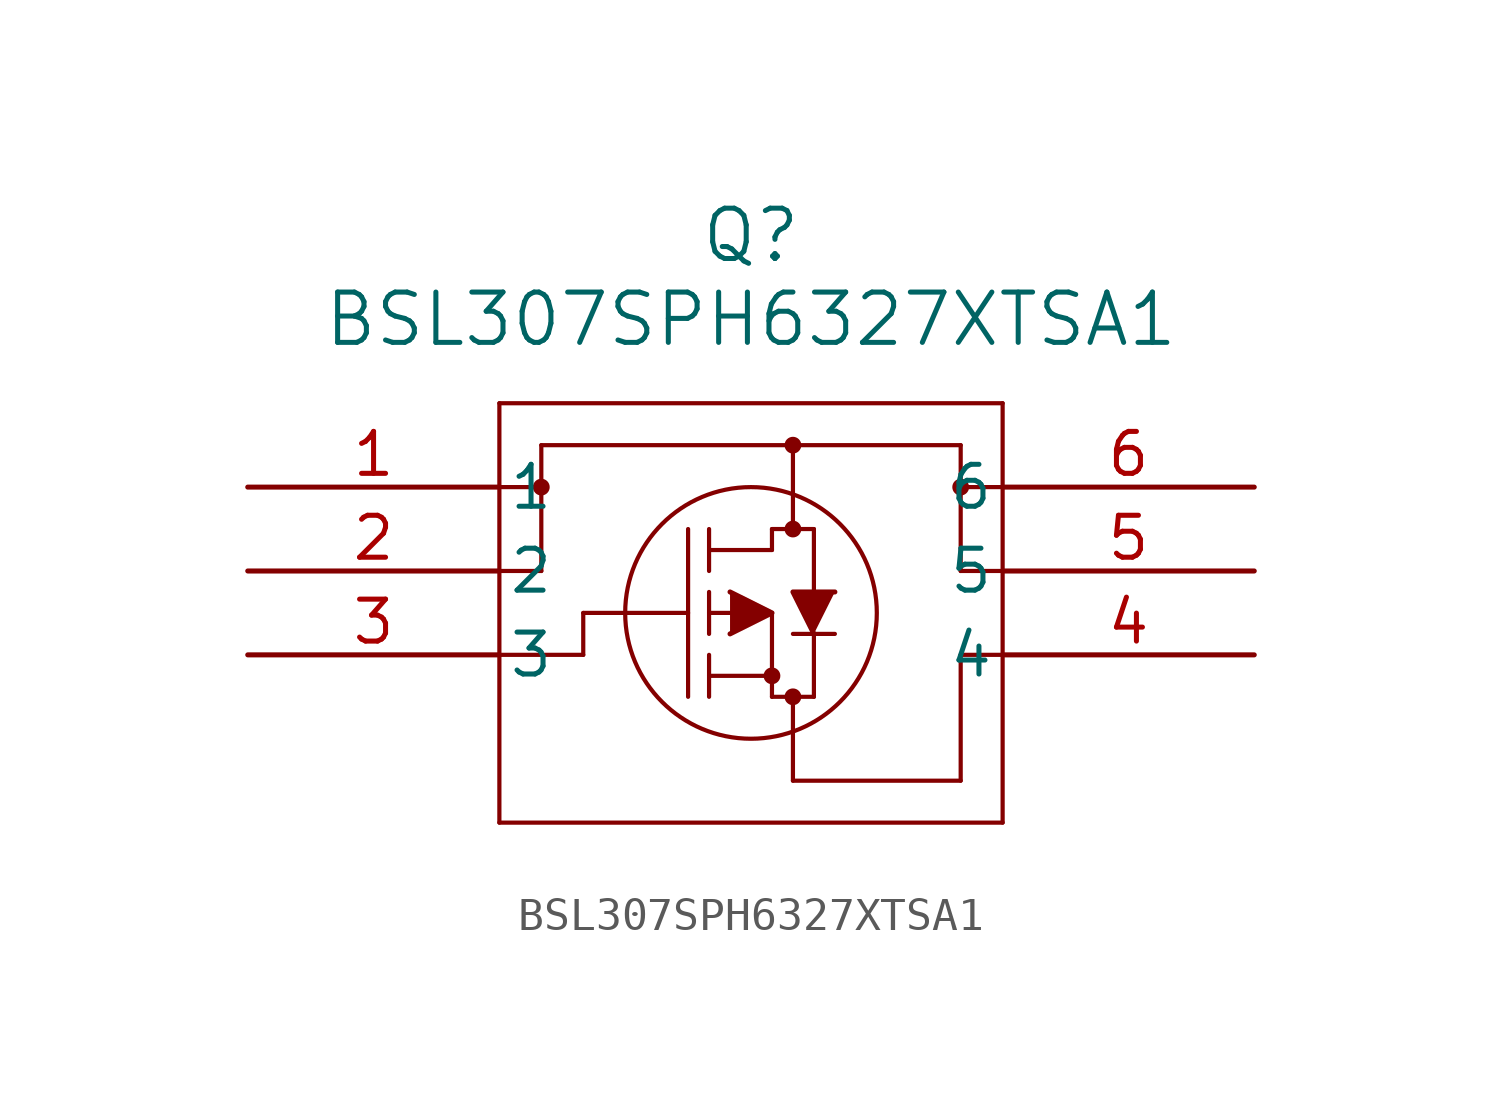
<source format=kicad_sym>
(kicad_symbol_lib
  (version 20211014)
  (generator kicad_symbol_editor)
  (symbol "BSL307SPH6327XTSA1"
    (pin_names
      (offset 0.254))
    (property "Reference" "Q"
      (at 15.24 7.62 0)
      (effects (font (size 1.524 1.524))))
    (property "Value" "BSL307SPH6327XTSA1"
      (at 15.24 5.08 0)
      (effects (font (size 1.524 1.524))))
    (symbol "BSL307SPH6327XTSA1_0_1"
      (polyline (pts (xy 22.86 -2.54) (xy 21.59 -2.54)) (stroke (width 0.127) (type default) (color 0 0 0 0)) (fill (type none)))
      (polyline (pts (xy 21.59 -2.54) (xy 21.59 1.27)) (stroke (width 0.127) (type default) (color 0 0 0 0)) (fill (type none)))
      (polyline (pts (xy 7.62 2.54) (xy 7.62 -10.16)) (stroke (width 0.127) (type default) (color 0 0 0 0)) (fill (type none)))
      (polyline (pts (xy 7.62 -10.16) (xy 22.86 -10.16)) (stroke (width 0.127) (type default) (color 0 0 0 0)) (fill (type none)))
      (polyline (pts (xy 22.86 -10.16) (xy 22.86 2.54)) (stroke (width 0.127) (type default) (color 0 0 0 0)) (fill (type none)))
      (polyline (pts (xy 22.86 2.54) (xy 7.62 2.54)) (stroke (width 0.127) (type default) (color 0 0 0 0)) (fill (type none)))
      (circle (center 16.51 -1.27) (radius 0.127) (stroke (width 0.254) (type default) (color 0 0 0 0)) (fill (type none)))
      (circle (center 16.51 -6.35) (radius 0.127) (stroke (width 0.254) (type default) (color 0 0 0 0)) (fill (type none)))
      (circle (center 15.875 -5.715) (radius 0.127) (stroke (width 0.254) (type default) (color 0 0 0 0)) (fill (type none)))
      (circle (center 15.24 -3.81) (radius 3.81) (stroke (width 0.127) (type default) (color 0 0 0 0)) (fill (type none)))
      (polyline (pts (xy 10.16 -3.81) (xy 13.335 -3.81)) (stroke (width 0.127) (type default) (color 0 0 0 0)) (fill (type none)))
      (polyline (pts (xy 13.335 -6.35) (xy 13.335 -1.27)) (stroke (width 0.127) (type default) (color 0 0 0 0)) (fill (type none)))
      (polyline (pts (xy 13.97 -4.445) (xy 13.97 -3.175)) (stroke (width 0.127) (type default) (color 0 0 0 0)) (fill (type none)))
      (polyline (pts (xy 13.97 -6.35) (xy 13.97 -5.08)) (stroke (width 0.127) (type default) (color 0 0 0 0)) (fill (type none)))
      (polyline (pts (xy 13.97 -2.54) (xy 13.97 -1.27)) (stroke (width 0.127) (type default) (color 0 0 0 0)) (fill (type none)))
      (polyline (pts (xy 15.24 -3.81) (xy 13.97 -3.81)) (stroke (width 0.127) (type default) (color 0 0 0 0)) (fill (type none)))
      (polyline (pts (xy 13.97 -5.715) (xy 15.875 -5.715)) (stroke (width 0.127) (type default) (color 0 0 0 0)) (fill (type none)))
      (polyline (pts (xy 15.875 -6.35) (xy 15.875 -3.81)) (stroke (width 0.127) (type default) (color 0 0 0 0)) (fill (type none)))
      (polyline (pts (xy 15.875 -6.35) (xy 17.145 -6.35)) (stroke (width 0.127) (type default) (color 0 0 0 0)) (fill (type none)))
      (polyline (pts (xy 13.97 -1.905) (xy 15.875 -1.905)) (stroke (width 0.127) (type default) (color 0 0 0 0)) (fill (type none)))
      (polyline (pts (xy 17.145 -3.175) (xy 17.145 -1.27)) (stroke (width 0.127) (type default) (color 0 0 0 0)) (fill (type none)))
      (polyline (pts (xy 17.145 -6.35) (xy 17.145 -4.445)) (stroke (width 0.127) (type default) (color 0 0 0 0)) (fill (type none)))
      (polyline (pts (xy 17.78 -4.445) (xy 16.51 -4.445)) (stroke (width 0.127) (type default) (color 0 0 0 0)) (fill (type none)))
      (polyline (pts (xy 15.875 -1.27) (xy 17.145 -1.27)) (stroke (width 0.127) (type default) (color 0 0 0 0)) (fill (type none)))
      (polyline (pts (xy 15.875 -1.905) (xy 15.875 -1.27)) (stroke (width 0.127) (type default) (color 0 0 0 0)) (fill (type none)))
      (polyline (pts (xy 16.51 -8.89) (xy 21.59 -8.89)) (stroke (width 0.127) (type default) (color 0 0 0 0)) (fill (type none)))
      (polyline (pts (xy 7.62 0) (xy 8.89 0)) (stroke (width 0.127) (type default) (color 0 0 0 0)) (fill (type none)))
      (polyline (pts (xy 7.62 -2.54) (xy 8.89 -2.54)) (stroke (width 0.127) (type default) (color 0 0 0 0)) (fill (type none)))
      (polyline (pts (xy 8.89 1.27) (xy 8.89 -2.54)) (stroke (width 0.127) (type default) (color 0 0 0 0)) (fill (type none)))
      (circle (center 8.89 0) (radius 0.127) (stroke (width 0.254) (type default) (color 0 0 0 0)) (fill (type none)))
      (polyline (pts (xy 21.59 1.27) (xy 8.89 1.27)) (stroke (width 0.127) (type default) (color 0 0 0 0)) (fill (type none)))
      (polyline (pts (xy 22.86 0) (xy 21.59 0)) (stroke (width 0.127) (type default) (color 0 0 0 0)) (fill (type none)))
      (polyline (pts (xy 16.51 -8.89) (xy 16.51 -6.35)) (stroke (width 0.127) (type default) (color 0 0 0 0)) (fill (type none)))
      (circle (center 21.59 0) (radius 0.127) (stroke (width 0.254) (type default) (color 0 0 0 0)) (fill (type none)))
      (polyline (pts (xy 16.51 1.27) (xy 16.51 -1.27)) (stroke (width 0.127) (type default) (color 0 0 0 0)) (fill (type none)))
      (circle (center 16.51 1.27) (radius 0.127) (stroke (width 0.254) (type default) (color 0 0 0 0)) (fill (type none)))
      (polyline (pts (xy 14.605 -4.445) (xy 15.875 -3.81) (xy 14.605 -3.175)) (stroke (width 0) (type default) (color 0 0 0 0)) (fill (type outline)))
      (polyline (pts (xy 17.78 -3.175) (xy 16.51 -3.175) (xy 17.145 -4.445)) (stroke (width 0) (type default) (color 0 0 0 0)) (fill (type outline)))
      (polyline (pts (xy 7.62 -5.08) (xy 10.16 -5.08)) (stroke (width 0.127) (type default) (color 0 0 0 0)) (fill (type none)))
      (polyline (pts (xy 10.16 -5.08) (xy 10.16 -3.81)) (stroke (width 0.127) (type default) (color 0 0 0 0)) (fill (type none)))
      (polyline (pts (xy 21.59 -5.08) (xy 21.59 -8.89)) (stroke (width 0.127) (type default) (color 0 0 0 0)) (fill (type none)))
      (polyline (pts (xy 21.59 -5.08) (xy 22.86 -5.08)) (stroke (width 0.127) (type default) (color 0 0 0 0)) (fill (type none)))
      (pin unspecified line (at 0 0 0) (length 7.62) (name "1" (effects (font (size 1.27 1.27)))) (number "1" (effects (font (size 1.27 1.27)))))
      (pin unspecified line (at 0 -2.54 0) (length 7.62) (name "2" (effects (font (size 1.27 1.27)))) (number "2" (effects (font (size 1.27 1.27)))))
      (pin unspecified line (at 0 -5.08 0) (length 7.62) (name "3" (effects (font (size 1.27 1.27)))) (number "3" (effects (font (size 1.27 1.27)))))
      (pin unspecified line (at 30.48 -5.08 180) (length 7.62) (name "4" (effects (font (size 1.27 1.27)))) (number "4" (effects (font (size 1.27 1.27)))))
      (pin unspecified line (at 30.48 -2.54 180) (length 7.62) (name "5" (effects (font (size 1.27 1.27)))) (number "5" (effects (font (size 1.27 1.27)))))
      (pin unspecified line (at 30.48 0 180) (length 7.62) (name "6" (effects (font (size 1.27 1.27)))) (number "6" (effects (font (size 1.27 1.27))))))))
</source>
